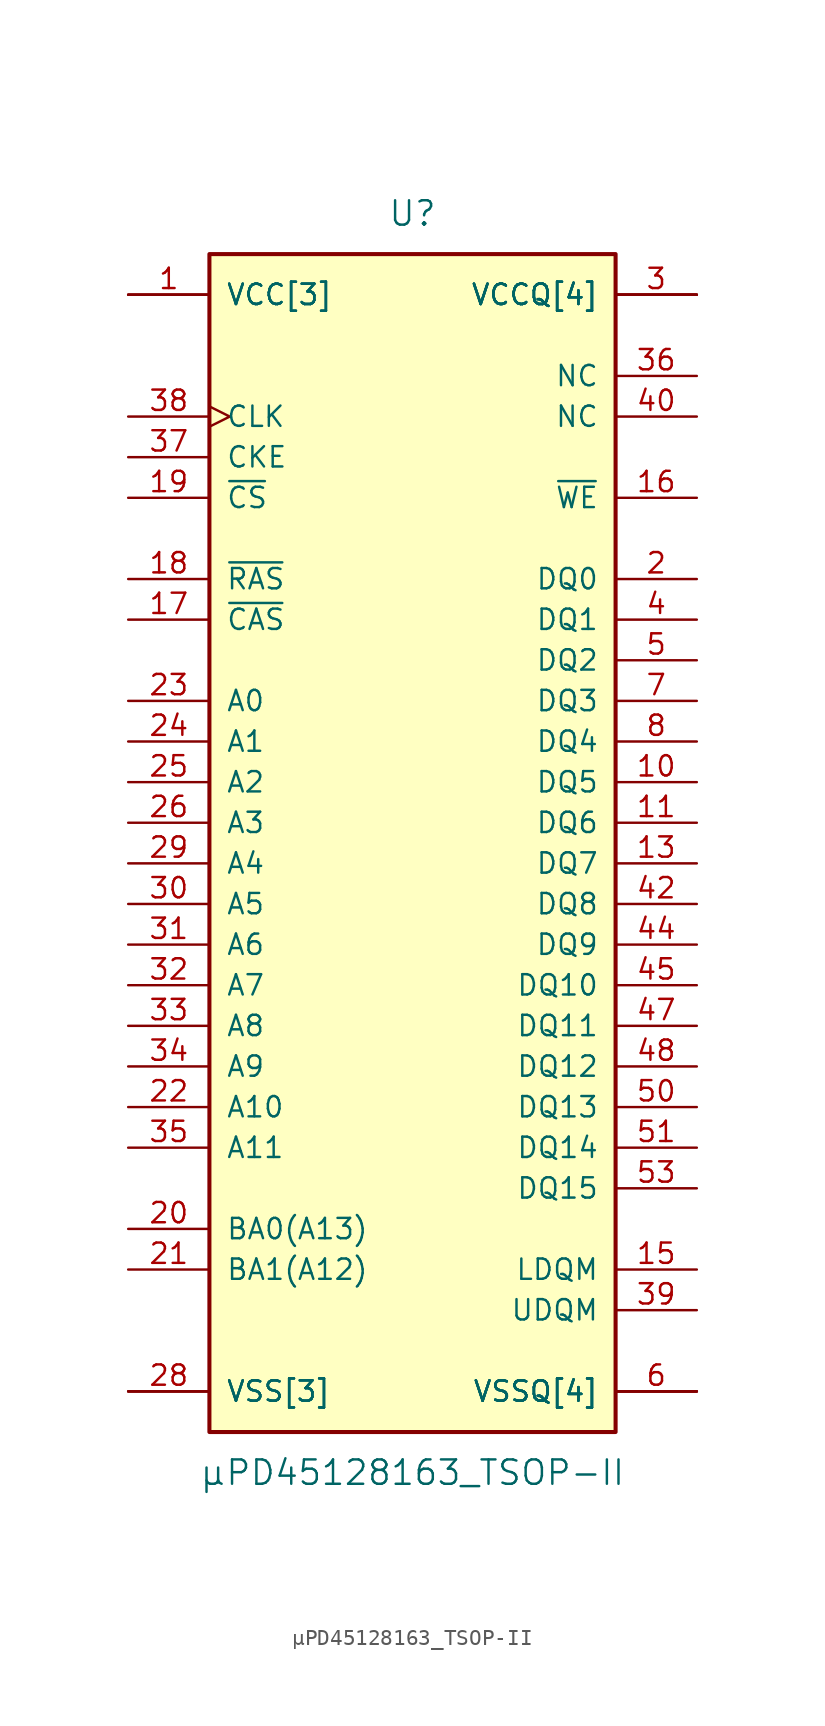
<source format=kicad_sym>
(kicad_symbol_lib
  (version 20231120)
  (generator "kicad_symbol_editor")
  (generator_version "8.0")
  (symbol "µPD45128163_TSOP-II"
    (pin_names
      (offset 1.016))
    (property "Reference" "U"
      (at 0 38.1 0)
      (effects (font (size 1.524 1.524))))
    (property "Value" "µPD45128163_TSOP-II"
      (at 0 -40.64 0)
      (effects (font (size 1.524 1.524))))
    (symbol "µPD45128163_TSOP-II_1_1"
      (rectangle (start -12.7 35.56) (end 12.7 -38.1) (stroke (width 0.254) (type solid)) (fill (type background)))
      (pin power_in line (at -17.78 33.02 0) (length 5.08) (name "VCC[3]" (effects (font (size 1.27 1.27)))) (number "1" (effects (font (size 1.27 1.27)))))
      (pin bidirectional line (at 17.78 2.54 180) (length 5.08) (name "DQ5" (effects (font (size 1.27 1.27)))) (number "10" (effects (font (size 1.27 1.27)))))
      (pin bidirectional line (at 17.78 0 180) (length 5.08) (name "DQ6" (effects (font (size 1.27 1.27)))) (number "11" (effects (font (size 1.27 1.27)))))
      (pin power_in line (at 17.78 -35.56 180) (length 5.08) (name "VSSQ[4]" (effects (font (size 1.27 1.27)))) (number "12" (effects (font (size 0 0)))))
      (pin bidirectional line (at 17.78 -2.54 180) (length 5.08) (name "DQ7" (effects (font (size 1.27 1.27)))) (number "13" (effects (font (size 1.27 1.27)))))
      (pin power_in line (at -17.78 33.02 0) (length 5.08) (name "VCC[3]" (effects (font (size 1.27 1.27)))) (number "14" (effects (font (size 0 0)))))
      (pin input line (at 17.78 -27.94 180) (length 5.08) (name "LDQM" (effects (font (size 1.27 1.27)))) (number "15" (effects (font (size 1.27 1.27)))))
      (pin input line (at 17.78 20.32 180) (length 5.08) (name "~{WE}" (effects (font (size 1.27 1.27)))) (number "16" (effects (font (size 1.27 1.27)))))
      (pin input line (at -17.78 12.7 0) (length 5.08) (name "~{CAS}" (effects (font (size 1.27 1.27)))) (number "17" (effects (font (size 1.27 1.27)))))
      (pin input line (at -17.78 15.24 0) (length 5.08) (name "~{RAS}" (effects (font (size 1.27 1.27)))) (number "18" (effects (font (size 1.27 1.27)))))
      (pin input line (at -17.78 20.32 0) (length 5.08) (name "~{CS}" (effects (font (size 1.27 1.27)))) (number "19" (effects (font (size 1.27 1.27)))))
      (pin bidirectional line (at 17.78 15.24 180) (length 5.08) (name "DQ0" (effects (font (size 1.27 1.27)))) (number "2" (effects (font (size 1.27 1.27)))))
      (pin input line (at -17.78 -25.4 0) (length 5.08) (name "BA0(A13)" (effects (font (size 1.27 1.27)))) (number "20" (effects (font (size 1.27 1.27)))))
      (pin input line (at -17.78 -27.94 0) (length 5.08) (name "BA1(A12)" (effects (font (size 1.27 1.27)))) (number "21" (effects (font (size 1.27 1.27)))))
      (pin input line (at -17.78 -17.78 0) (length 5.08) (name "A10" (effects (font (size 1.27 1.27)))) (number "22" (effects (font (size 1.27 1.27)))))
      (pin input line (at -17.78 7.62 0) (length 5.08) (name "A0" (effects (font (size 1.27 1.27)))) (number "23" (effects (font (size 1.27 1.27)))))
      (pin input line (at -17.78 5.08 0) (length 5.08) (name "A1" (effects (font (size 1.27 1.27)))) (number "24" (effects (font (size 1.27 1.27)))))
      (pin input line (at -17.78 2.54 0) (length 5.08) (name "A2" (effects (font (size 1.27 1.27)))) (number "25" (effects (font (size 1.27 1.27)))))
      (pin input line (at -17.78 0 0) (length 5.08) (name "A3" (effects (font (size 1.27 1.27)))) (number "26" (effects (font (size 1.27 1.27)))))
      (pin power_in line (at -17.78 33.02 0) (length 5.08) (name "VCC[3]" (effects (font (size 1.27 1.27)))) (number "27" (effects (font (size 0 0)))))
      (pin power_in line (at -17.78 -35.56 0) (length 5.08) (name "VSS[3]" (effects (font (size 1.27 1.27)))) (number "28" (effects (font (size 1.27 1.27)))))
      (pin input line (at -17.78 -2.54 0) (length 5.08) (name "A4" (effects (font (size 1.27 1.27)))) (number "29" (effects (font (size 1.27 1.27)))))
      (pin power_in line (at 17.78 33.02 180) (length 5.08) (name "VCCQ[4]" (effects (font (size 1.27 1.27)))) (number "3" (effects (font (size 1.27 1.27)))))
      (pin input line (at -17.78 -5.08 0) (length 5.08) (name "A5" (effects (font (size 1.27 1.27)))) (number "30" (effects (font (size 1.27 1.27)))))
      (pin input line (at -17.78 -7.62 0) (length 5.08) (name "A6" (effects (font (size 1.27 1.27)))) (number "31" (effects (font (size 1.27 1.27)))))
      (pin input line (at -17.78 -10.16 0) (length 5.08) (name "A7" (effects (font (size 1.27 1.27)))) (number "32" (effects (font (size 1.27 1.27)))))
      (pin input line (at -17.78 -12.7 0) (length 5.08) (name "A8" (effects (font (size 1.27 1.27)))) (number "33" (effects (font (size 1.27 1.27)))))
      (pin input line (at -17.78 -15.24 0) (length 5.08) (name "A9" (effects (font (size 1.27 1.27)))) (number "34" (effects (font (size 1.27 1.27)))))
      (pin input line (at -17.78 -20.32 0) (length 5.08) (name "A11" (effects (font (size 1.27 1.27)))) (number "35" (effects (font (size 1.27 1.27)))))
      (pin passive line (at 17.78 27.94 180) (length 5.08) (name "NC" (effects (font (size 1.27 1.27)))) (number "36" (effects (font (size 1.27 1.27)))))
      (pin input line (at -17.78 22.86 0) (length 5.08) (name "CKE" (effects (font (size 1.27 1.27)))) (number "37" (effects (font (size 1.27 1.27)))))
      (pin input clock (at -17.78 25.4 0) (length 5.08) (name "CLK" (effects (font (size 1.27 1.27)))) (number "38" (effects (font (size 1.27 1.27)))))
      (pin input line (at 17.78 -30.48 180) (length 5.08) (name "UDQM" (effects (font (size 1.27 1.27)))) (number "39" (effects (font (size 1.27 1.27)))))
      (pin bidirectional line (at 17.78 12.7 180) (length 5.08) (name "DQ1" (effects (font (size 1.27 1.27)))) (number "4" (effects (font (size 1.27 1.27)))))
      (pin passive line (at 17.78 25.4 180) (length 5.08) (name "NC" (effects (font (size 1.27 1.27)))) (number "40" (effects (font (size 1.27 1.27)))))
      (pin power_in line (at -17.78 -35.56 0) (length 5.08) (name "VSS[3]" (effects (font (size 1.27 1.27)))) (number "41" (effects (font (size 0 0)))))
      (pin bidirectional line (at 17.78 -5.08 180) (length 5.08) (name "DQ8" (effects (font (size 1.27 1.27)))) (number "42" (effects (font (size 1.27 1.27)))))
      (pin power_in line (at 17.78 33.02 180) (length 5.08) (name "VCCQ[4]" (effects (font (size 1.27 1.27)))) (number "43" (effects (font (size 0 0)))))
      (pin bidirectional line (at 17.78 -7.62 180) (length 5.08) (name "DQ9" (effects (font (size 1.27 1.27)))) (number "44" (effects (font (size 1.27 1.27)))))
      (pin bidirectional line (at 17.78 -10.16 180) (length 5.08) (name "DQ10" (effects (font (size 1.27 1.27)))) (number "45" (effects (font (size 1.27 1.27)))))
      (pin power_in line (at 17.78 -35.56 180) (length 5.08) (name "VSSQ[4]" (effects (font (size 1.27 1.27)))) (number "46" (effects (font (size 0 0)))))
      (pin bidirectional line (at 17.78 -12.7 180) (length 5.08) (name "DQ11" (effects (font (size 1.27 1.27)))) (number "47" (effects (font (size 1.27 1.27)))))
      (pin bidirectional line (at 17.78 -15.24 180) (length 5.08) (name "DQ12" (effects (font (size 1.27 1.27)))) (number "48" (effects (font (size 1.27 1.27)))))
      (pin power_in line (at 17.78 33.02 180) (length 5.08) (name "VCCQ[4]" (effects (font (size 1.27 1.27)))) (number "49" (effects (font (size 0 0)))))
      (pin bidirectional line (at 17.78 10.16 180) (length 5.08) (name "DQ2" (effects (font (size 1.27 1.27)))) (number "5" (effects (font (size 1.27 1.27)))))
      (pin bidirectional line (at 17.78 -17.78 180) (length 5.08) (name "DQ13" (effects (font (size 1.27 1.27)))) (number "50" (effects (font (size 1.27 1.27)))))
      (pin bidirectional line (at 17.78 -20.32 180) (length 5.08) (name "DQ14" (effects (font (size 1.27 1.27)))) (number "51" (effects (font (size 1.27 1.27)))))
      (pin power_in line (at 17.78 -35.56 180) (length 5.08) (name "VSSQ[4]" (effects (font (size 1.27 1.27)))) (number "52" (effects (font (size 0 0)))))
      (pin bidirectional line (at 17.78 -22.86 180) (length 5.08) (name "DQ15" (effects (font (size 1.27 1.27)))) (number "53" (effects (font (size 1.27 1.27)))))
      (pin power_in line (at -17.78 -35.56 0) (length 5.08) (name "VSS[3]" (effects (font (size 1.27 1.27)))) (number "54" (effects (font (size 0 0)))))
      (pin power_in line (at 17.78 -35.56 180) (length 5.08) (name "VSSQ[4]" (effects (font (size 1.27 1.27)))) (number "6" (effects (font (size 1.27 1.27)))))
      (pin bidirectional line (at 17.78 7.62 180) (length 5.08) (name "DQ3" (effects (font (size 1.27 1.27)))) (number "7" (effects (font (size 1.27 1.27)))))
      (pin bidirectional line (at 17.78 5.08 180) (length 5.08) (name "DQ4" (effects (font (size 1.27 1.27)))) (number "8" (effects (font (size 1.27 1.27)))))
      (pin power_in line (at 17.78 33.02 180) (length 5.08) (name "VCCQ[4]" (effects (font (size 1.27 1.27)))) (number "9" (effects (font (size 0 0))))))))
</source>
